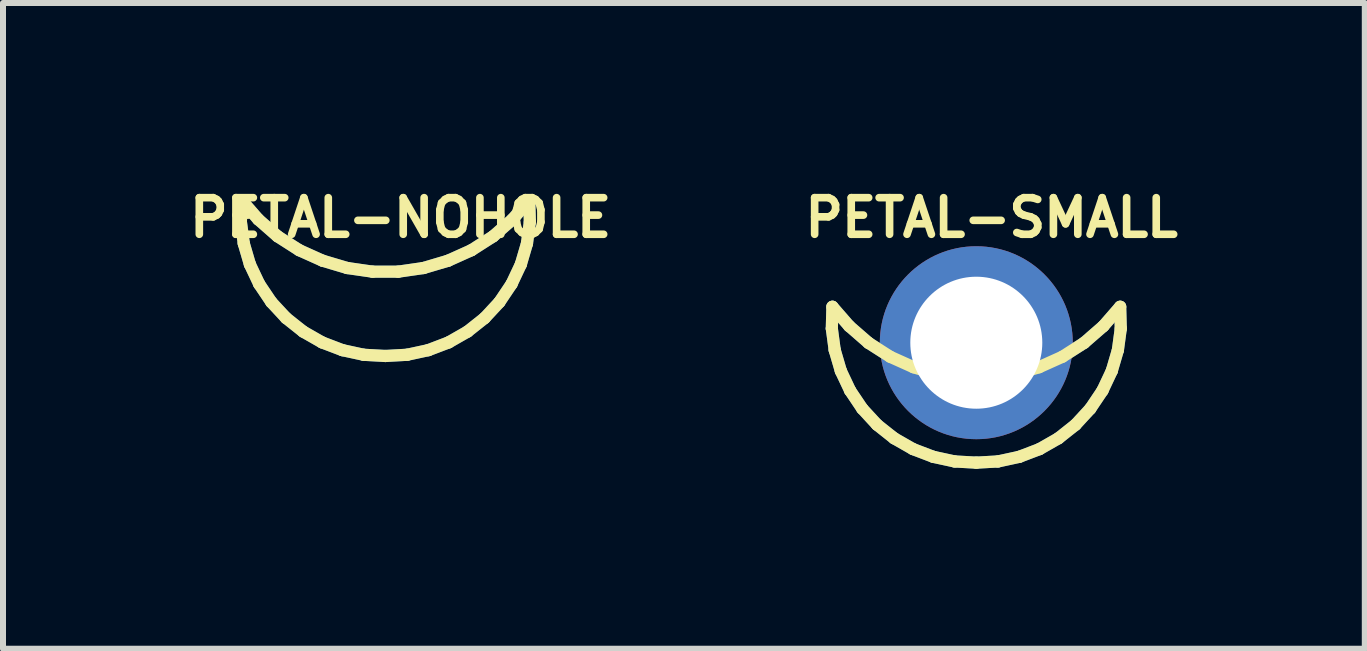
<source format=kicad_pcb>
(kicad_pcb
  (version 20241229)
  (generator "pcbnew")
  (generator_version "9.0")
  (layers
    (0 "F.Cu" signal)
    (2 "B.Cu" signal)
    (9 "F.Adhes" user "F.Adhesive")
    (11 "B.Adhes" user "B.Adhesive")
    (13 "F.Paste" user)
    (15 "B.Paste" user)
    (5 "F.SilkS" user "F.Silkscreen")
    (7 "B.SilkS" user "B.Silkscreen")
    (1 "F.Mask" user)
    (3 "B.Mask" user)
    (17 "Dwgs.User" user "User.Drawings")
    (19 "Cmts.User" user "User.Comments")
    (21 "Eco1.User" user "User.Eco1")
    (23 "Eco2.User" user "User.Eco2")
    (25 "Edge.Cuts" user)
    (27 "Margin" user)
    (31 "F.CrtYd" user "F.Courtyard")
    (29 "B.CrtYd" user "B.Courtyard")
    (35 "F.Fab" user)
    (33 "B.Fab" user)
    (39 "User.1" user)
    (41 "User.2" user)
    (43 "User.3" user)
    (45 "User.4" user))
  (footprint "PETAL-NOHOLE"
    (layer "F.Cu")
    (at 3.373 2.154)
    (property "Reference" "PETAL-NOHOLE" (at 0.254 -1.575 0) (layer "F.SilkS") (effects (font (size 0.61 0.61) (thickness 0.127))))
    (attr exclude_from_pos_files exclude_from_bom)
    (fp_line (start -2.408 -1.506) (end -2.36 -1.146) (stroke (width 0.203) (type solid)) (layer "B.Cu"))
    (fp_line (start -2.398 -1.869) (end -2.408 -1.506) (stroke (width 0.203) (type solid)) (layer "B.Cu"))
    (fp_line (start -2.36 -1.146) (end -2.258 -0.798) (stroke (width 0.203) (type solid)) (layer "B.Cu"))
    (fp_line (start -2.258 -0.798) (end -2.103 -0.47) (stroke (width 0.203) (type solid)) (layer "B.Cu"))
    (fp_line (start -2.118 -1.547) (end -2.398 -1.869) (stroke (width 0.203) (type solid)) (layer "B.Cu"))
    (fp_line (start -2.103 -0.47) (end -1.9 -0.168) (stroke (width 0.203) (type solid)) (layer "B.Cu"))
    (fp_line (start -1.9 -0.168) (end -1.654 0.097) (stroke (width 0.203) (type solid)) (layer "B.Cu"))
    (fp_line (start -1.796 -1.265) (end -2.118 -1.547) (stroke (width 0.203) (type solid)) (layer "B.Cu"))
    (fp_line (start -1.654 0.097) (end -1.369 0.323) (stroke (width 0.203) (type solid)) (layer "B.Cu"))
    (fp_line (start -1.435 -1.034) (end -1.796 -1.265) (stroke (width 0.203) (type solid)) (layer "B.Cu"))
    (fp_line (start -1.369 0.323) (end -1.054 0.503) (stroke (width 0.203) (type solid)) (layer "B.Cu"))
    (fp_line (start -1.054 0.503) (end -0.716 0.632) (stroke (width 0.203) (type solid)) (layer "B.Cu"))
    (fp_line (start -1.046 -0.859) (end -1.435 -1.034) (stroke (width 0.203) (type solid)) (layer "B.Cu"))
    (fp_line (start -0.716 0.632) (end -0.361 0.709) (stroke (width 0.203) (type solid)) (layer "B.Cu"))
    (fp_line (start -0.635 -0.737) (end -1.046 -0.859) (stroke (width 0.203) (type solid)) (layer "B.Cu"))
    (fp_line (start -0.361 0.709) (end 0 0.729) (stroke (width 0.203) (type solid)) (layer "B.Cu"))
    (fp_line (start -0.213 -0.676) (end -0.635 -0.737) (stroke (width 0.203) (type solid)) (layer "B.Cu"))
    (fp_line (start 0 0.729) (end 0.361 0.709) (stroke (width 0.203) (type solid)) (layer "B.Cu"))
    (fp_line (start 0.213 -0.676) (end -0.213 -0.676) (stroke (width 0.203) (type solid)) (layer "B.Cu"))
    (fp_line (start 0.361 0.709) (end 0.716 0.632) (stroke (width 0.203) (type solid)) (layer "B.Cu"))
    (fp_line (start 0.635 -0.737) (end 0.213 -0.676) (stroke (width 0.203) (type solid)) (layer "B.Cu"))
    (fp_line (start 0.716 0.632) (end 1.054 0.503) (stroke (width 0.203) (type solid)) (layer "B.Cu"))
    (fp_line (start 1.046 -0.859) (end 0.635 -0.737) (stroke (width 0.203) (type solid)) (layer "B.Cu"))
    (fp_line (start 1.054 0.503) (end 1.369 0.323) (stroke (width 0.203) (type solid)) (layer "B.Cu"))
    (fp_line (start 1.369 0.323) (end 1.654 0.097) (stroke (width 0.203) (type solid)) (layer "B.Cu"))
    (fp_line (start 1.435 -1.034) (end 1.046 -0.859) (stroke (width 0.203) (type solid)) (layer "B.Cu"))
    (fp_line (start 1.654 0.097) (end 1.9 -0.168) (stroke (width 0.203) (type solid)) (layer "B.Cu"))
    (fp_line (start 1.796 -1.265) (end 1.435 -1.034) (stroke (width 0.203) (type solid)) (layer "B.Cu"))
    (fp_line (start 1.9 -0.168) (end 2.103 -0.47) (stroke (width 0.203) (type solid)) (layer "B.Cu"))
    (fp_line (start 2.103 -0.47) (end 2.258 -0.798) (stroke (width 0.203) (type solid)) (layer "B.Cu"))
    (fp_line (start 2.118 -1.547) (end 1.796 -1.265) (stroke (width 0.203) (type solid)) (layer "B.Cu"))
    (fp_line (start 2.258 -0.798) (end 2.36 -1.146) (stroke (width 0.203) (type solid)) (layer "B.Cu"))
    (fp_line (start 2.36 -1.146) (end 2.408 -1.506) (stroke (width 0.203) (type solid)) (layer "B.Cu"))
    (fp_line (start 2.398 -1.869) (end 2.118 -1.547) (stroke (width 0.203) (type solid)) (layer "B.Cu"))
    (fp_line (start 2.408 -1.506) (end 2.398 -1.869) (stroke (width 0.203) (type solid)) (layer "B.Cu"))
    (fp_line (start -2.408 -1.506) (end -2.36 -1.146) (stroke (width 0.203) (type solid)) (layer "F.SilkS"))
    (fp_line (start -2.398 -1.869) (end -2.408 -1.506) (stroke (width 0.203) (type solid)) (layer "F.SilkS"))
    (fp_line (start -2.36 -1.146) (end -2.258 -0.798) (stroke (width 0.203) (type solid)) (layer "F.SilkS"))
    (fp_line (start -2.258 -0.798) (end -2.103 -0.47) (stroke (width 0.203) (type solid)) (layer "F.SilkS"))
    (fp_line (start -2.118 -1.547) (end -2.398 -1.869) (stroke (width 0.203) (type solid)) (layer "F.SilkS"))
    (fp_line (start -2.103 -0.47) (end -1.9 -0.168) (stroke (width 0.203) (type solid)) (layer "F.SilkS"))
    (fp_line (start -1.9 -0.168) (end -1.654 0.097) (stroke (width 0.203) (type solid)) (layer "F.SilkS"))
    (fp_line (start -1.796 -1.265) (end -2.118 -1.547) (stroke (width 0.203) (type solid)) (layer "F.SilkS"))
    (fp_line (start -1.654 0.097) (end -1.369 0.323) (stroke (width 0.203) (type solid)) (layer "F.SilkS"))
    (fp_line (start -1.435 -1.034) (end -1.796 -1.265) (stroke (width 0.203) (type solid)) (layer "F.SilkS"))
    (fp_line (start -1.369 0.323) (end -1.054 0.503) (stroke (width 0.203) (type solid)) (layer "F.SilkS"))
    (fp_line (start -1.054 0.503) (end -0.716 0.632) (stroke (width 0.203) (type solid)) (layer "F.SilkS"))
    (fp_line (start -1.046 -0.859) (end -1.435 -1.034) (stroke (width 0.203) (type solid)) (layer "F.SilkS"))
    (fp_line (start -0.716 0.632) (end -0.361 0.709) (stroke (width 0.203) (type solid)) (layer "F.SilkS"))
    (fp_line (start -0.635 -0.737) (end -1.046 -0.859) (stroke (width 0.203) (type solid)) (layer "F.SilkS"))
    (fp_line (start -0.361 0.709) (end 0 0.729) (stroke (width 0.203) (type solid)) (layer "F.SilkS"))
    (fp_line (start -0.213 -0.676) (end -0.635 -0.737) (stroke (width 0.203) (type solid)) (layer "F.SilkS"))
    (fp_line (start 0 0.729) (end 0.361 0.709) (stroke (width 0.203) (type solid)) (layer "F.SilkS"))
    (fp_line (start 0.213 -0.676) (end -0.213 -0.676) (stroke (width 0.203) (type solid)) (layer "F.SilkS"))
    (fp_line (start 0.361 0.709) (end 0.716 0.632) (stroke (width 0.203) (type solid)) (layer "F.SilkS"))
    (fp_line (start 0.635 -0.737) (end 0.213 -0.676) (stroke (width 0.203) (type solid)) (layer "F.SilkS"))
    (fp_line (start 0.716 0.632) (end 1.054 0.503) (stroke (width 0.203) (type solid)) (layer "F.SilkS"))
    (fp_line (start 1.046 -0.859) (end 0.635 -0.737) (stroke (width 0.203) (type solid)) (layer "F.SilkS"))
    (fp_line (start 1.054 0.503) (end 1.369 0.323) (stroke (width 0.203) (type solid)) (layer "F.SilkS"))
    (fp_line (start 1.369 0.323) (end 1.654 0.097) (stroke (width 0.203) (type solid)) (layer "F.SilkS"))
    (fp_line (start 1.435 -1.034) (end 1.046 -0.859) (stroke (width 0.203) (type solid)) (layer "F.SilkS"))
    (fp_line (start 1.654 0.097) (end 1.9 -0.168) (stroke (width 0.203) (type solid)) (layer "F.SilkS"))
    (fp_line (start 1.796 -1.265) (end 1.435 -1.034) (stroke (width 0.203) (type solid)) (layer "F.SilkS"))
    (fp_line (start 1.9 -0.168) (end 2.103 -0.47) (stroke (width 0.203) (type solid)) (layer "F.SilkS"))
    (fp_line (start 2.103 -0.47) (end 2.258 -0.798) (stroke (width 0.203) (type solid)) (layer "F.SilkS"))
    (fp_line (start 2.118 -1.547) (end 1.796 -1.265) (stroke (width 0.203) (type solid)) (layer "F.SilkS"))
    (fp_line (start 2.258 -0.798) (end 2.36 -1.146) (stroke (width 0.203) (type solid)) (layer "F.SilkS"))
    (fp_line (start 2.36 -1.146) (end 2.408 -1.506) (stroke (width 0.203) (type solid)) (layer "F.SilkS"))
    (fp_line (start 2.398 -1.869) (end 2.118 -1.547) (stroke (width 0.203) (type solid)) (layer "F.SilkS"))
    (fp_line (start 2.408 -1.506) (end 2.398 -1.869) (stroke (width 0.203) (type solid)) (layer "F.SilkS")))
  (footprint "PETAL-SMALL"
    (layer "F.Cu")
    (at 13.222 2.662)
    (property "Reference" "PETAL-SMALL" (at 0.254 -2.083 0) (layer "F.SilkS") (effects (font (size 0.61 0.61) (thickness 0.127))))
    (attr exclude_from_pos_files exclude_from_bom)
    (fp_line (start -2.408 -0.236) (end -2.36 0.122) (stroke (width 0.203) (type solid)) (layer "B.Cu"))
    (fp_line (start -2.398 -0.599) (end -2.408 -0.236) (stroke (width 0.203) (type solid)) (layer "B.Cu"))
    (fp_line (start -2.36 0.122) (end -2.258 0.47) (stroke (width 0.203) (type solid)) (layer "B.Cu"))
    (fp_line (start -2.258 0.47) (end -2.103 0.798) (stroke (width 0.203) (type solid)) (layer "B.Cu"))
    (fp_line (start -2.118 -0.277) (end -2.398 -0.599) (stroke (width 0.203) (type solid)) (layer "B.Cu"))
    (fp_line (start -2.103 0.798) (end -1.9 1.1) (stroke (width 0.203) (type solid)) (layer "B.Cu"))
    (fp_line (start -1.9 1.1) (end -1.654 1.367) (stroke (width 0.203) (type solid)) (layer "B.Cu"))
    (fp_line (start -1.796 0.003) (end -2.118 -0.277) (stroke (width 0.203) (type solid)) (layer "B.Cu"))
    (fp_line (start -1.654 1.367) (end -1.369 1.593) (stroke (width 0.203) (type solid)) (layer "B.Cu"))
    (fp_line (start -1.435 0.234) (end -1.796 0.003) (stroke (width 0.203) (type solid)) (layer "B.Cu"))
    (fp_line (start -1.369 1.593) (end -1.054 1.773) (stroke (width 0.203) (type solid)) (layer "B.Cu"))
    (fp_line (start -1.054 1.773) (end -0.716 1.902) (stroke (width 0.203) (type solid)) (layer "B.Cu"))
    (fp_line (start -1.046 0.409) (end -1.435 0.234) (stroke (width 0.203) (type solid)) (layer "B.Cu"))
    (fp_line (start -0.716 1.902) (end -0.361 1.979) (stroke (width 0.203) (type solid)) (layer "B.Cu"))
    (fp_line (start -0.635 0.531) (end -1.046 0.409) (stroke (width 0.203) (type solid)) (layer "B.Cu"))
    (fp_line (start -0.361 1.979) (end 0 1.999) (stroke (width 0.203) (type solid)) (layer "B.Cu"))
    (fp_line (start -0.213 0.592) (end -0.635 0.531) (stroke (width 0.203) (type solid)) (layer "B.Cu"))
    (fp_line (start 0 1.999) (end 0.361 1.979) (stroke (width 0.203) (type solid)) (layer "B.Cu"))
    (fp_line (start 0.213 0.592) (end -0.213 0.592) (stroke (width 0.203) (type solid)) (layer "B.Cu"))
    (fp_line (start 0.361 1.979) (end 0.716 1.902) (stroke (width 0.203) (type solid)) (layer "B.Cu"))
    (fp_line (start 0.635 0.531) (end 0.213 0.592) (stroke (width 0.203) (type solid)) (layer "B.Cu"))
    (fp_line (start 0.716 1.902) (end 1.054 1.773) (stroke (width 0.203) (type solid)) (layer "B.Cu"))
    (fp_line (start 1.046 0.409) (end 0.635 0.531) (stroke (width 0.203) (type solid)) (layer "B.Cu"))
    (fp_line (start 1.054 1.773) (end 1.369 1.593) (stroke (width 0.203) (type solid)) (layer "B.Cu"))
    (fp_line (start 1.369 1.593) (end 1.654 1.367) (stroke (width 0.203) (type solid)) (layer "B.Cu"))
    (fp_line (start 1.435 0.234) (end 1.046 0.409) (stroke (width 0.203) (type solid)) (layer "B.Cu"))
    (fp_line (start 1.654 1.367) (end 1.9 1.1) (stroke (width 0.203) (type solid)) (layer "B.Cu"))
    (fp_line (start 1.796 0.003) (end 1.435 0.234) (stroke (width 0.203) (type solid)) (layer "B.Cu"))
    (fp_line (start 1.9 1.1) (end 2.103 0.798) (stroke (width 0.203) (type solid)) (layer "B.Cu"))
    (fp_line (start 2.103 0.798) (end 2.258 0.47) (stroke (width 0.203) (type solid)) (layer "B.Cu"))
    (fp_line (start 2.118 -0.277) (end 1.796 0.003) (stroke (width 0.203) (type solid)) (layer "B.Cu"))
    (fp_line (start 2.258 0.47) (end 2.36 0.122) (stroke (width 0.203) (type solid)) (layer "B.Cu"))
    (fp_line (start 2.36 0.122) (end 2.408 -0.236) (stroke (width 0.203) (type solid)) (layer "B.Cu"))
    (fp_line (start 2.398 -0.599) (end 2.118 -0.277) (stroke (width 0.203) (type solid)) (layer "B.Cu"))
    (fp_line (start 2.408 -0.236) (end 2.398 -0.599) (stroke (width 0.203) (type solid)) (layer "B.Cu"))
    (fp_line (start -2.408 -0.236) (end -2.36 0.122) (stroke (width 0.203) (type solid)) (layer "F.SilkS"))
    (fp_line (start -2.398 -0.599) (end -2.408 -0.236) (stroke (width 0.203) (type solid)) (layer "F.SilkS"))
    (fp_line (start -2.36 0.122) (end -2.258 0.47) (stroke (width 0.203) (type solid)) (layer "F.SilkS"))
    (fp_line (start -2.258 0.47) (end -2.103 0.798) (stroke (width 0.203) (type solid)) (layer "F.SilkS"))
    (fp_line (start -2.118 -0.277) (end -2.398 -0.599) (stroke (width 0.203) (type solid)) (layer "F.SilkS"))
    (fp_line (start -2.103 0.798) (end -1.9 1.1) (stroke (width 0.203) (type solid)) (layer "F.SilkS"))
    (fp_line (start -1.9 1.1) (end -1.654 1.367) (stroke (width 0.203) (type solid)) (layer "F.SilkS"))
    (fp_line (start -1.796 0.003) (end -2.118 -0.277) (stroke (width 0.203) (type solid)) (layer "F.SilkS"))
    (fp_line (start -1.654 1.367) (end -1.369 1.593) (stroke (width 0.203) (type solid)) (layer "F.SilkS"))
    (fp_line (start -1.435 0.234) (end -1.796 0.003) (stroke (width 0.203) (type solid)) (layer "F.SilkS"))
    (fp_line (start -1.369 1.593) (end -1.054 1.773) (stroke (width 0.203) (type solid)) (layer "F.SilkS"))
    (fp_line (start -1.054 1.773) (end -0.716 1.902) (stroke (width 0.203) (type solid)) (layer "F.SilkS"))
    (fp_line (start -1.046 0.409) (end -1.435 0.234) (stroke (width 0.203) (type solid)) (layer "F.SilkS"))
    (fp_line (start -0.716 1.902) (end -0.361 1.979) (stroke (width 0.203) (type solid)) (layer "F.SilkS"))
    (fp_line (start -0.635 0.531) (end -1.046 0.409) (stroke (width 0.203) (type solid)) (layer "F.SilkS"))
    (fp_line (start -0.361 1.979) (end 0 1.999) (stroke (width 0.203) (type solid)) (layer "F.SilkS"))
    (fp_line (start -0.213 0.592) (end -0.635 0.531) (stroke (width 0.203) (type solid)) (layer "F.SilkS"))
    (fp_line (start 0 1.999) (end 0.361 1.979) (stroke (width 0.203) (type solid)) (layer "F.SilkS"))
    (fp_line (start 0.213 0.592) (end -0.213 0.592) (stroke (width 0.203) (type solid)) (layer "F.SilkS"))
    (fp_line (start 0.361 1.979) (end 0.716 1.902) (stroke (width 0.203) (type solid)) (layer "F.SilkS"))
    (fp_line (start 0.635 0.531) (end 0.213 0.592) (stroke (width 0.203) (type solid)) (layer "F.SilkS"))
    (fp_line (start 0.716 1.902) (end 1.054 1.773) (stroke (width 0.203) (type solid)) (layer "F.SilkS"))
    (fp_line (start 1.046 0.409) (end 0.635 0.531) (stroke (width 0.203) (type solid)) (layer "F.SilkS"))
    (fp_line (start 1.054 1.773) (end 1.369 1.593) (stroke (width 0.203) (type solid)) (layer "F.SilkS"))
    (fp_line (start 1.369 1.593) (end 1.654 1.367) (stroke (width 0.203) (type solid)) (layer "F.SilkS"))
    (fp_line (start 1.435 0.234) (end 1.046 0.409) (stroke (width 0.203) (type solid)) (layer "F.SilkS"))
    (fp_line (start 1.654 1.367) (end 1.9 1.1) (stroke (width 0.203) (type solid)) (layer "F.SilkS"))
    (fp_line (start 1.796 0.003) (end 1.435 0.234) (stroke (width 0.203) (type solid)) (layer "F.SilkS"))
    (fp_line (start 1.9 1.1) (end 2.103 0.798) (stroke (width 0.203) (type solid)) (layer "F.SilkS"))
    (fp_line (start 2.103 0.798) (end 2.258 0.47) (stroke (width 0.203) (type solid)) (layer "F.SilkS"))
    (fp_line (start 2.118 -0.277) (end 1.796 0.003) (stroke (width 0.203) (type solid)) (layer "F.SilkS"))
    (fp_line (start 2.258 0.47) (end 2.36 0.122) (stroke (width 0.203) (type solid)) (layer "F.SilkS"))
    (fp_line (start 2.36 0.122) (end 2.408 -0.236) (stroke (width 0.203) (type solid)) (layer "F.SilkS"))
    (fp_line (start 2.398 -0.599) (end 2.118 -0.277) (stroke (width 0.203) (type solid)) (layer "F.SilkS"))
    (fp_line (start 2.408 -0.236) (end 2.398 -0.599) (stroke (width 0.203) (type solid)) (layer "F.SilkS"))
    (pad "1" thru_hole circle (at 0 0) (size 3.216 3.216) (drill 2.2) (layers "*.Cu" "*.Paste" "*.Mask")))
  (gr_rect
    (start -3 -3)
    (end 19.697 7.763)
    (stroke (width 0.1) (type default))
    (fill no)
    (layer "Edge.Cuts")))
</source>
